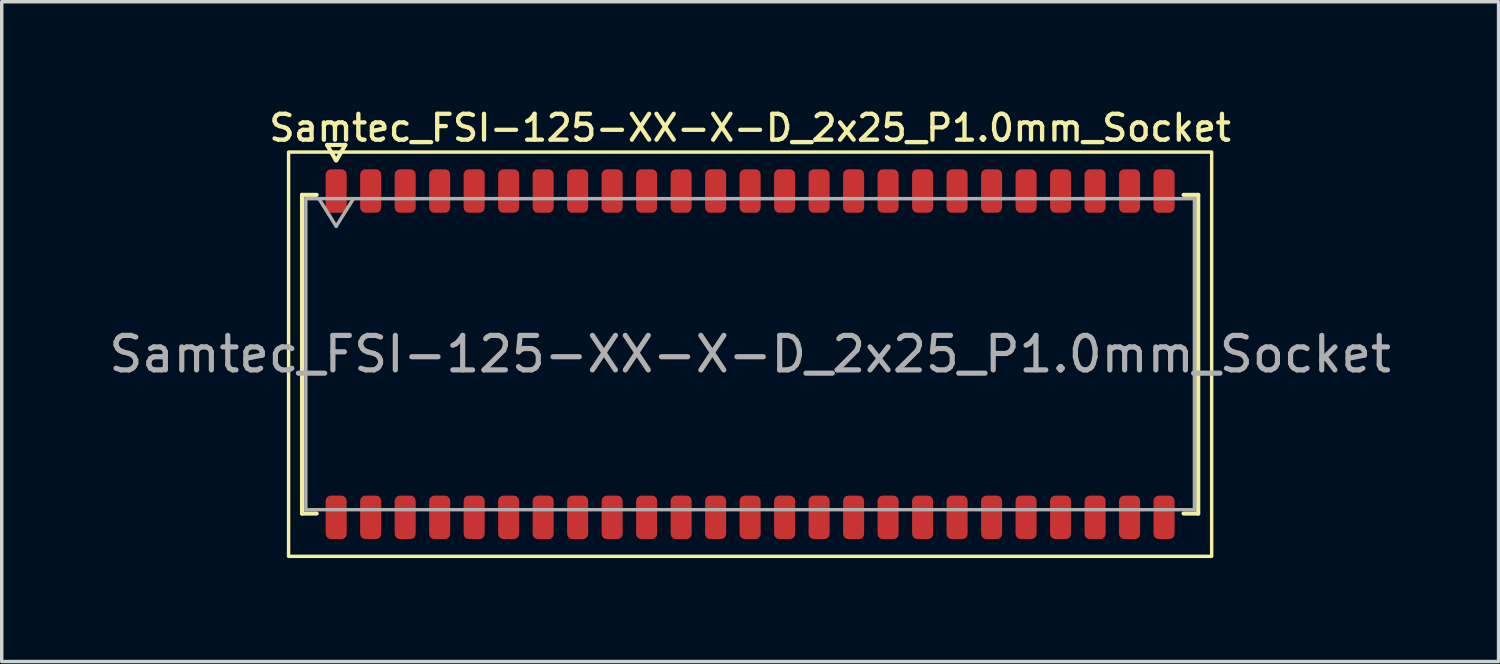
<source format=kicad_pcb>
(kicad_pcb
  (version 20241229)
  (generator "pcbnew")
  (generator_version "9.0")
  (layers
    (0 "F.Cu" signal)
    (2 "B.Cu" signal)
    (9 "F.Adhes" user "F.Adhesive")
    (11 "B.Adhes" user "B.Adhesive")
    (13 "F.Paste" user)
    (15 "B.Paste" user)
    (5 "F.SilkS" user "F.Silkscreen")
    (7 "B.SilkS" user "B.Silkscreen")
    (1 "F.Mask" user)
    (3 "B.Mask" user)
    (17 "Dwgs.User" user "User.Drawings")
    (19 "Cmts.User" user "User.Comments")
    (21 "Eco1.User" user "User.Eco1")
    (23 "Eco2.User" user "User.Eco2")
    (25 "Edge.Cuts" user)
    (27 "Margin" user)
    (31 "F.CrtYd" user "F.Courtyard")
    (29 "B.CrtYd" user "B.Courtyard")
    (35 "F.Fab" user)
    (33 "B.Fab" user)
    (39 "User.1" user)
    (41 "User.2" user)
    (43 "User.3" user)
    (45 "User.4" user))
  (footprint "Samtec_FSI-125-XX-X-D_2x25_P1.0mm_Socket"
    (layer "F.Cu")
    (at 18.696 7.218)
    (property "Reference" "Samtec_FSI-125-XX-X-D_2x25_P1.0mm_Socket" (at 0 -6.56 0) (layer "F.SilkS") (effects (font (size 0.75 0.75) (thickness 0.125))))
    (attr smd)
    (fp_line (start -12.99 -4.619) (end -12.565 -4.619) (stroke (width 0.12) (type solid)) (layer "F.SilkS"))
    (fp_line (start -12.99 4.619) (end -12.99 -4.619) (stroke (width 0.12) (type solid)) (layer "F.SilkS"))
    (fp_line (start -12.565 4.619) (end -12.99 4.619) (stroke (width 0.12) (type solid)) (layer "F.SilkS"))
    (fp_line (start -12.264 -6.066) (end -12.007 -5.62) (stroke (width 0.12) (type solid)) (layer "F.SilkS"))
    (fp_line (start -11.993 -5.62) (end -11.736 -6.066) (stroke (width 0.12) (type solid)) (layer "F.SilkS"))
    (fp_line (start -11.736 -6.066) (end -12.264 -6.066) (stroke (width 0.12) (type solid)) (layer "F.SilkS"))
    (fp_line (start 12.565 -4.619) (end 12.99 -4.619) (stroke (width 0.12) (type solid)) (layer "F.SilkS"))
    (fp_line (start 12.99 -4.619) (end 12.99 4.619) (stroke (width 0.12) (type solid)) (layer "F.SilkS"))
    (fp_line (start 12.99 4.619) (end 12.565 4.619) (stroke (width 0.12) (type solid)) (layer "F.SilkS"))
    (fp_rect (start -13.38 -5.86) (end 13.38 5.86) (stroke (width 0.1) (type solid)) (fill no) (layer "F.SilkS"))
    (fp_line (start -12.88 -4.508) (end 12.88 -4.508) (stroke (width 0.1) (type solid)) (layer "F.Fab"))
    (fp_line (start -12.88 4.508) (end -12.88 -4.508) (stroke (width 0.1) (type solid)) (layer "F.Fab"))
    (fp_line (start -12.5 -4.508) (end -12 -3.708) (stroke (width 0.1) (type solid)) (layer "F.Fab"))
    (fp_line (start -12 -3.708) (end -11.5 -4.508) (stroke (width 0.1) (type solid)) (layer "F.Fab"))
    (fp_line (start 12.88 -4.508) (end 12.88 4.508) (stroke (width 0.1) (type solid)) (layer "F.Fab"))
    (fp_line (start 12.88 4.508) (end -12.88 4.508) (stroke (width 0.1) (type solid)) (layer "F.Fab"))
    (fp_text user "${REFERENCE}" (at 0 0 0) (layer "F.Fab") (effects (font (size 1 1) (thickness 0.15))))
    (pad "1" smd roundrect (at -12 -4.73) (size 0.61 1.26) (layers "F.Cu" "F.Mask" "F.Paste") (roundrect_rratio 0.25))
    (pad "2" smd roundrect (at -12 4.73) (size 0.61 1.26) (layers "F.Cu" "F.Mask" "F.Paste") (roundrect_rratio 0.25))
    (pad "3" smd roundrect (at -11 -4.73) (size 0.61 1.26) (layers "F.Cu" "F.Mask" "F.Paste") (roundrect_rratio 0.25))
    (pad "4" smd roundrect (at -11 4.73) (size 0.61 1.26) (layers "F.Cu" "F.Mask" "F.Paste") (roundrect_rratio 0.25))
    (pad "5" smd roundrect (at -10 -4.73) (size 0.61 1.26) (layers "F.Cu" "F.Mask" "F.Paste") (roundrect_rratio 0.25))
    (pad "6" smd roundrect (at -10 4.73) (size 0.61 1.26) (layers "F.Cu" "F.Mask" "F.Paste") (roundrect_rratio 0.25))
    (pad "7" smd roundrect (at -9 -4.73) (size 0.61 1.26) (layers "F.Cu" "F.Mask" "F.Paste") (roundrect_rratio 0.25))
    (pad "8" smd roundrect (at -9 4.73) (size 0.61 1.26) (layers "F.Cu" "F.Mask" "F.Paste") (roundrect_rratio 0.25))
    (pad "9" smd roundrect (at -8 -4.73) (size 0.61 1.26) (layers "F.Cu" "F.Mask" "F.Paste") (roundrect_rratio 0.25))
    (pad "10" smd roundrect (at -8 4.73) (size 0.61 1.26) (layers "F.Cu" "F.Mask" "F.Paste") (roundrect_rratio 0.25))
    (pad "11" smd roundrect (at -7 -4.73) (size 0.61 1.26) (layers "F.Cu" "F.Mask" "F.Paste") (roundrect_rratio 0.25))
    (pad "12" smd roundrect (at -7 4.73) (size 0.61 1.26) (layers "F.Cu" "F.Mask" "F.Paste") (roundrect_rratio 0.25))
    (pad "13" smd roundrect (at -6 -4.73) (size 0.61 1.26) (layers "F.Cu" "F.Mask" "F.Paste") (roundrect_rratio 0.25))
    (pad "14" smd roundrect (at -6 4.73) (size 0.61 1.26) (layers "F.Cu" "F.Mask" "F.Paste") (roundrect_rratio 0.25))
    (pad "15" smd roundrect (at -5 -4.73) (size 0.61 1.26) (layers "F.Cu" "F.Mask" "F.Paste") (roundrect_rratio 0.25))
    (pad "16" smd roundrect (at -5 4.73) (size 0.61 1.26) (layers "F.Cu" "F.Mask" "F.Paste") (roundrect_rratio 0.25))
    (pad "17" smd roundrect (at -4 -4.73) (size 0.61 1.26) (layers "F.Cu" "F.Mask" "F.Paste") (roundrect_rratio 0.25))
    (pad "18" smd roundrect (at -4 4.73) (size 0.61 1.26) (layers "F.Cu" "F.Mask" "F.Paste") (roundrect_rratio 0.25))
    (pad "19" smd roundrect (at -3 -4.73) (size 0.61 1.26) (layers "F.Cu" "F.Mask" "F.Paste") (roundrect_rratio 0.25))
    (pad "20" smd roundrect (at -3 4.73) (size 0.61 1.26) (layers "F.Cu" "F.Mask" "F.Paste") (roundrect_rratio 0.25))
    (pad "21" smd roundrect (at -2 -4.73) (size 0.61 1.26) (layers "F.Cu" "F.Mask" "F.Paste") (roundrect_rratio 0.25))
    (pad "22" smd roundrect (at -2 4.73) (size 0.61 1.26) (layers "F.Cu" "F.Mask" "F.Paste") (roundrect_rratio 0.25))
    (pad "23" smd roundrect (at -1 -4.73) (size 0.61 1.26) (layers "F.Cu" "F.Mask" "F.Paste") (roundrect_rratio 0.25))
    (pad "24" smd roundrect (at -1 4.73) (size 0.61 1.26) (layers "F.Cu" "F.Mask" "F.Paste") (roundrect_rratio 0.25))
    (pad "25" smd roundrect (at 0 -4.73) (size 0.61 1.26) (layers "F.Cu" "F.Mask" "F.Paste") (roundrect_rratio 0.25))
    (pad "26" smd roundrect (at 0 4.73) (size 0.61 1.26) (layers "F.Cu" "F.Mask" "F.Paste") (roundrect_rratio 0.25))
    (pad "27" smd roundrect (at 1 -4.73) (size 0.61 1.26) (layers "F.Cu" "F.Mask" "F.Paste") (roundrect_rratio 0.25))
    (pad "28" smd roundrect (at 1 4.73) (size 0.61 1.26) (layers "F.Cu" "F.Mask" "F.Paste") (roundrect_rratio 0.25))
    (pad "29" smd roundrect (at 2 -4.73) (size 0.61 1.26) (layers "F.Cu" "F.Mask" "F.Paste") (roundrect_rratio 0.25))
    (pad "30" smd roundrect (at 2 4.73) (size 0.61 1.26) (layers "F.Cu" "F.Mask" "F.Paste") (roundrect_rratio 0.25))
    (pad "31" smd roundrect (at 3 -4.73) (size 0.61 1.26) (layers "F.Cu" "F.Mask" "F.Paste") (roundrect_rratio 0.25))
    (pad "32" smd roundrect (at 3 4.73) (size 0.61 1.26) (layers "F.Cu" "F.Mask" "F.Paste") (roundrect_rratio 0.25))
    (pad "33" smd roundrect (at 4 -4.73) (size 0.61 1.26) (layers "F.Cu" "F.Mask" "F.Paste") (roundrect_rratio 0.25))
    (pad "34" smd roundrect (at 4 4.73) (size 0.61 1.26) (layers "F.Cu" "F.Mask" "F.Paste") (roundrect_rratio 0.25))
    (pad "35" smd roundrect (at 5 -4.73) (size 0.61 1.26) (layers "F.Cu" "F.Mask" "F.Paste") (roundrect_rratio 0.25))
    (pad "36" smd roundrect (at 5 4.73) (size 0.61 1.26) (layers "F.Cu" "F.Mask" "F.Paste") (roundrect_rratio 0.25))
    (pad "37" smd roundrect (at 6 -4.73) (size 0.61 1.26) (layers "F.Cu" "F.Mask" "F.Paste") (roundrect_rratio 0.25))
    (pad "38" smd roundrect (at 6 4.73) (size 0.61 1.26) (layers "F.Cu" "F.Mask" "F.Paste") (roundrect_rratio 0.25))
    (pad "39" smd roundrect (at 7 -4.73) (size 0.61 1.26) (layers "F.Cu" "F.Mask" "F.Paste") (roundrect_rratio 0.25))
    (pad "40" smd roundrect (at 7 4.73) (size 0.61 1.26) (layers "F.Cu" "F.Mask" "F.Paste") (roundrect_rratio 0.25))
    (pad "41" smd roundrect (at 8 -4.73) (size 0.61 1.26) (layers "F.Cu" "F.Mask" "F.Paste") (roundrect_rratio 0.25))
    (pad "42" smd roundrect (at 8 4.73) (size 0.61 1.26) (layers "F.Cu" "F.Mask" "F.Paste") (roundrect_rratio 0.25))
    (pad "43" smd roundrect (at 9 -4.73) (size 0.61 1.26) (layers "F.Cu" "F.Mask" "F.Paste") (roundrect_rratio 0.25))
    (pad "44" smd roundrect (at 9 4.73) (size 0.61 1.26) (layers "F.Cu" "F.Mask" "F.Paste") (roundrect_rratio 0.25))
    (pad "45" smd roundrect (at 10 -4.73) (size 0.61 1.26) (layers "F.Cu" "F.Mask" "F.Paste") (roundrect_rratio 0.25))
    (pad "46" smd roundrect (at 10 4.73) (size 0.61 1.26) (layers "F.Cu" "F.Mask" "F.Paste") (roundrect_rratio 0.25))
    (pad "47" smd roundrect (at 11 -4.73) (size 0.61 1.26) (layers "F.Cu" "F.Mask" "F.Paste") (roundrect_rratio 0.25))
    (pad "48" smd roundrect (at 11 4.73) (size 0.61 1.26) (layers "F.Cu" "F.Mask" "F.Paste") (roundrect_rratio 0.25))
    (pad "49" smd roundrect (at 12 -4.73) (size 0.61 1.26) (layers "F.Cu" "F.Mask" "F.Paste") (roundrect_rratio 0.25))
    (pad "50" smd roundrect (at 12 4.73) (size 0.61 1.26) (layers "F.Cu" "F.Mask" "F.Paste") (roundrect_rratio 0.25)))
  (gr_rect
    (start -3 -3)
    (end 40.393 16.128)
    (stroke (width 0.1) (type default))
    (fill no)
    (layer "Edge.Cuts")))
</source>
